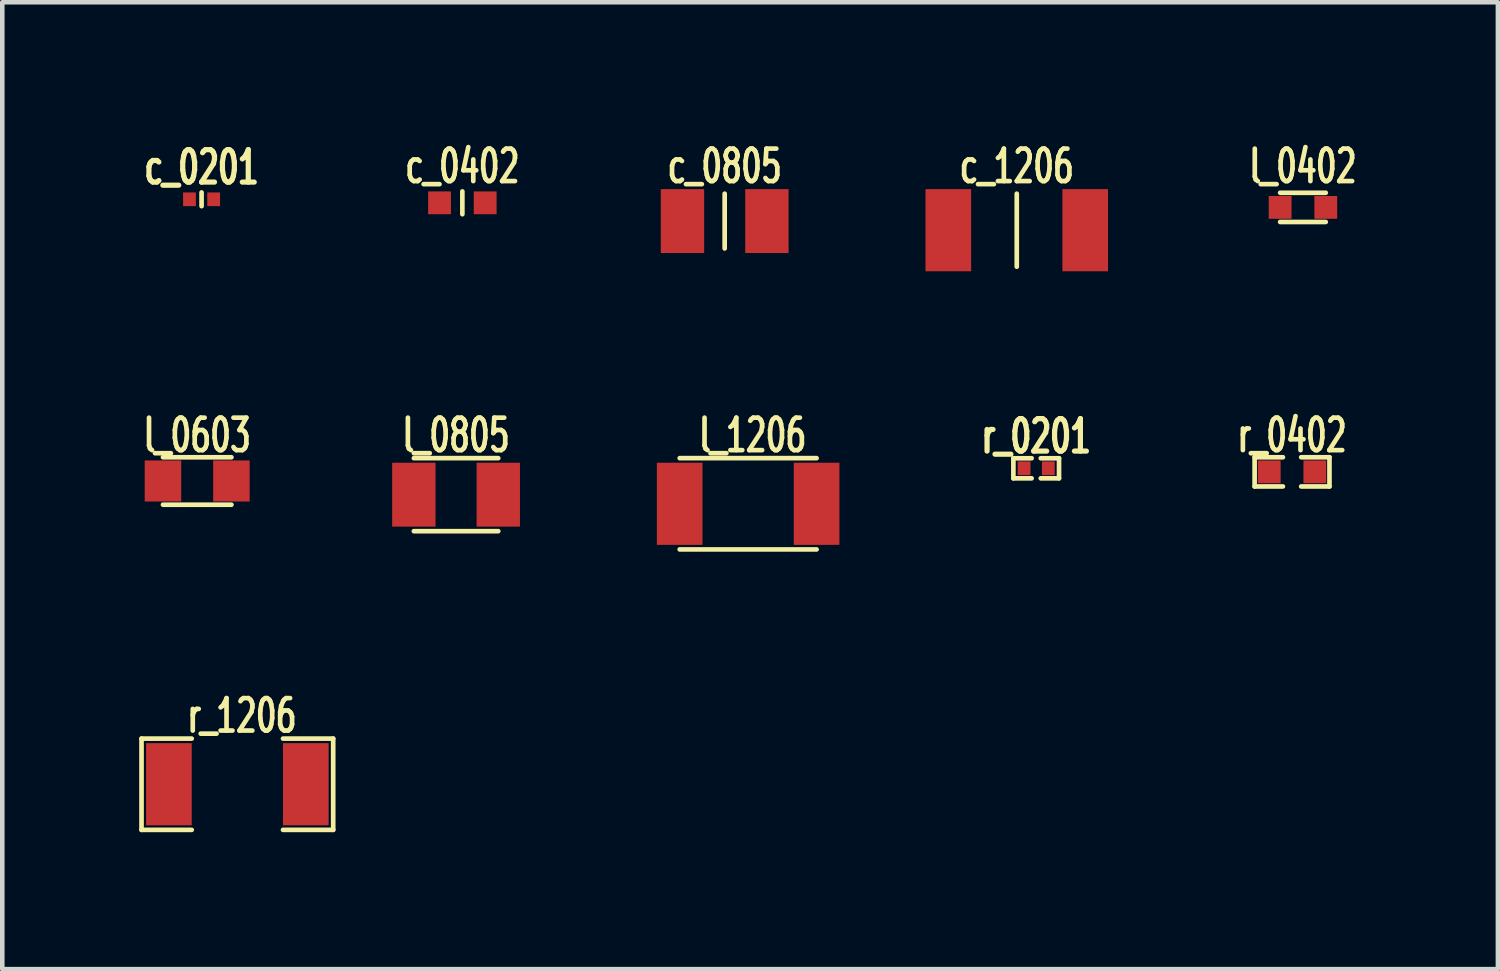
<source format=kicad_pcb>
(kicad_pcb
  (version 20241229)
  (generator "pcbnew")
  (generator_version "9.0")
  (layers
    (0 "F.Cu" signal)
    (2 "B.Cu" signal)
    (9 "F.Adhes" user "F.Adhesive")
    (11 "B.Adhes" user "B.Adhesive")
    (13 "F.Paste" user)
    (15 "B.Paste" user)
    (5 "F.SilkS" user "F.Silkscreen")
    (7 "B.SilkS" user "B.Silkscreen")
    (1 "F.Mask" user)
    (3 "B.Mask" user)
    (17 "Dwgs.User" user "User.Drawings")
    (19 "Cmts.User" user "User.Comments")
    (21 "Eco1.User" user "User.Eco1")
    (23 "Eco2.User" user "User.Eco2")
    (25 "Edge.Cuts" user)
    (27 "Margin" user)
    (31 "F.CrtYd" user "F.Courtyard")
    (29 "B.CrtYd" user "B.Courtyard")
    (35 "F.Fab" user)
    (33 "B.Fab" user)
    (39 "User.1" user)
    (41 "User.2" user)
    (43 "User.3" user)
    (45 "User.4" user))
  (footprint "c_0805"
    (layer "F.Cu")
    (at 12.829 1.794)
    (property "Reference" "c_0805" (at 0 -1.2 0) (layer "F.SilkS") (effects (font (size 0.711 0.457) (thickness 0.102))))
    (attr through_hole)
    (fp_line (start 0 -0.6) (end 0 0.6) (stroke (width 0.102) (type solid)) (layer "F.SilkS"))
    (pad "1" smd rect (at -0.925 0) (size 0.95 1.4) (layers "F.Cu" "F.Mask" "F.Paste"))
    (pad "2" smd rect (at 0.925 0) (size 0.95 1.4) (layers "F.Cu" "F.Mask" "F.Paste")))
  (footprint "l_0603"
    (layer "F.Cu")
    (at 1.271 7.489)
    (property "Reference" "l_0603" (at 0 -1 0) (layer "F.SilkS") (effects (font (size 0.711 0.457) (thickness 0.102))))
    (attr through_hole)
    (fp_line (start 0.75 -0.52) (end -0.75 -0.52) (stroke (width 0.102) (type solid)) (layer "F.SilkS"))
    (fp_line (start 0.75 0.52) (end -0.75 0.52) (stroke (width 0.102) (type solid)) (layer "F.SilkS"))
    (pad "1" smd rect (at -0.75 0) (size 0.8 0.9) (layers "F.Cu" "F.Mask" "F.Paste"))
    (pad "2" smd rect (at 0.75 0) (size 0.8 0.9) (layers "F.Cu" "F.Mask" "F.Paste")))
  (footprint "r_0201"
    (layer "F.Cu")
    (at 19.655 7.211)
    (property "Reference" "r_0201" (at 0 -0.7 0) (layer "F.SilkS") (effects (font (size 0.711 0.457) (thickness 0.114))))
    (attr through_hole)
    (fp_line (start -0.5 -0.22) (end -0.5 0.22) (stroke (width 0.102) (type solid)) (layer "F.SilkS"))
    (fp_line (start -0.1 -0.22) (end -0.5 -0.22) (stroke (width 0.102) (type solid)) (layer "F.SilkS"))
    (fp_line (start -0.1 0.22) (end -0.5 0.22) (stroke (width 0.102) (type solid)) (layer "F.SilkS"))
    (fp_line (start 0.1 -0.22) (end 0.5 -0.22) (stroke (width 0.102) (type solid)) (layer "F.SilkS"))
    (fp_line (start 0.5 -0.22) (end 0.5 0.22) (stroke (width 0.102) (type solid)) (layer "F.SilkS"))
    (fp_line (start 0.5 0.22) (end 0.1 0.22) (stroke (width 0.102) (type solid)) (layer "F.SilkS"))
    (pad "1" smd rect (at -0.265 0) (size 0.28 0.3) (layers "F.Cu" "F.Mask" "F.Paste"))
    (pad "2" smd rect (at 0.265 0) (size 0.28 0.3) (layers "F.Cu" "F.Mask" "F.Paste")))
  (footprint "l_0402"
    (layer "F.Cu")
    (at 25.5 1.494)
    (property "Reference" "l_0402" (at 0 -0.9 0) (layer "F.SilkS") (effects (font (size 0.711 0.457) (thickness 0.102))))
    (attr through_hole)
    (fp_line (start 0.5 -0.32) (end -0.5 -0.32) (stroke (width 0.102) (type solid)) (layer "F.SilkS"))
    (fp_line (start 0.5 0.32) (end -0.5 0.32) (stroke (width 0.102) (type solid)) (layer "F.SilkS"))
    (pad "1" smd rect (at -0.5 0) (size 0.5 0.5) (layers "F.Cu" "F.Mask" "F.Paste"))
    (pad "2" smd rect (at 0.5 0) (size 0.5 0.5) (layers "F.Cu" "F.Mask" "F.Paste")))
  (footprint "l_1206"
    (layer "F.Cu")
    (at 13.343 7.989)
    (property "Reference" "l_1206" (at 0.1 -1.5 0) (layer "F.SilkS") (effects (font (size 0.711 0.457) (thickness 0.102))))
    (attr through_hole)
    (fp_line (start -1.5 -1) (end 1.5 -1) (stroke (width 0.102) (type solid)) (layer "F.SilkS"))
    (fp_line (start -1.5 1) (end 1.5 1) (stroke (width 0.102) (type solid)) (layer "F.SilkS"))
    (pad "1" smd rect (at -1.5 0) (size 1 1.8) (layers "F.Cu" "F.Mask" "F.Paste"))
    (pad "2" smd rect (at 1.5 0) (size 1 1.8) (layers "F.Cu" "F.Mask" "F.Paste")))
  (footprint "r_1206"
    (layer "F.Cu")
    (at 2.151 14.134)
    (property "Reference" "r_1206" (at 0.1 -1.5 0) (layer "F.SilkS") (effects (font (size 0.711 0.457) (thickness 0.102))))
    (attr through_hole)
    (fp_line (start -2.1 -1) (end -2.1 1) (stroke (width 0.102) (type solid)) (layer "F.SilkS"))
    (fp_line (start -1 -1) (end -2.1 -1) (stroke (width 0.102) (type solid)) (layer "F.SilkS"))
    (fp_line (start -1 1) (end -2.1 1) (stroke (width 0.102) (type solid)) (layer "F.SilkS"))
    (fp_line (start 1 -1) (end 2.1 -1) (stroke (width 0.102) (type solid)) (layer "F.SilkS"))
    (fp_line (start 2.1 -1) (end 2.1 1) (stroke (width 0.102) (type solid)) (layer "F.SilkS"))
    (fp_line (start 2.1 1) (end 1 1) (stroke (width 0.102) (type solid)) (layer "F.SilkS"))
    (pad "1" smd rect (at -1.5 0) (size 1 1.8) (layers "F.Cu" "F.Mask" "F.Paste"))
    (pad "2" smd rect (at 1.5 0) (size 1 1.8) (layers "F.Cu" "F.Mask" "F.Paste")))
  (footprint "r_0402"
    (layer "F.Cu")
    (at 25.261 7.289)
    (property "Reference" "r_0402" (at 0 -0.8 0) (layer "F.SilkS") (effects (font (size 0.711 0.457) (thickness 0.102))))
    (attr through_hole)
    (fp_line (start -0.82 -0.32) (end -0.82 0.32) (stroke (width 0.102) (type solid)) (layer "F.SilkS"))
    (fp_line (start -0.82 0.32) (end -0.2 0.32) (stroke (width 0.102) (type solid)) (layer "F.SilkS"))
    (fp_line (start -0.2 -0.32) (end -0.82 -0.32) (stroke (width 0.102) (type solid)) (layer "F.SilkS"))
    (fp_line (start 0.2 -0.32) (end 0.82 -0.32) (stroke (width 0.102) (type solid)) (layer "F.SilkS"))
    (fp_line (start 0.82 -0.32) (end 0.82 0.32) (stroke (width 0.102) (type solid)) (layer "F.SilkS"))
    (fp_line (start 0.82 0.32) (end 0.2 0.32) (stroke (width 0.102) (type solid)) (layer "F.SilkS"))
    (pad "1" smd rect (at -0.5 0) (size 0.5 0.5) (layers "F.Cu" "F.Mask" "F.Paste"))
    (pad "2" smd rect (at 0.5 0) (size 0.5 0.5) (layers "F.Cu" "F.Mask" "F.Paste")))
  (footprint "l_0805"
    (layer "F.Cu")
    (at 6.943 7.789)
    (property "Reference" "l_0805" (at 0 -1.3 0) (layer "F.SilkS") (effects (font (size 0.711 0.457) (thickness 0.102))))
    (attr through_hole)
    (fp_line (start -0.925 -0.8) (end 0.925 -0.8) (stroke (width 0.102) (type solid)) (layer "F.SilkS"))
    (fp_line (start -0.925 0.8) (end 0.925 0.8) (stroke (width 0.102) (type solid)) (layer "F.SilkS"))
    (pad "1" smd rect (at -0.925 0) (size 0.95 1.4) (layers "F.Cu" "F.Mask" "F.Paste"))
    (pad "2" smd rect (at 0.925 0) (size 0.95 1.4) (layers "F.Cu" "F.Mask" "F.Paste")))
  (footprint "c_0402"
    (layer "F.Cu")
    (at 7.081 1.394)
    (property "Reference" "c_0402" (at 0 -0.8 0) (layer "F.SilkS") (effects (font (size 0.711 0.457) (thickness 0.102))))
    (attr through_hole)
    (fp_line (start 0 -0.25) (end 0 0.25) (stroke (width 0.102) (type solid)) (layer "F.SilkS"))
    (pad "1" smd rect (at -0.5 0) (size 0.5 0.5) (layers "F.Cu" "F.Mask" "F.Paste"))
    (pad "2" smd rect (at 0.5 0) (size 0.5 0.5) (layers "F.Cu" "F.Mask" "F.Paste")))
  (footprint "c_0201"
    (layer "F.Cu")
    (at 1.367 1.317)
    (property "Reference" "c_0201" (at 0 -0.7 0) (layer "F.SilkS") (effects (font (size 0.711 0.457) (thickness 0.114))))
    (attr through_hole)
    (fp_line (start 0 -0.15) (end 0 0.15) (stroke (width 0.102) (type solid)) (layer "F.SilkS"))
    (pad "1" smd rect (at -0.265 0) (size 0.28 0.3) (layers "F.Cu" "F.Mask" "F.Paste"))
    (pad "2" smd rect (at 0.265 0) (size 0.28 0.3) (layers "F.Cu" "F.Mask" "F.Paste")))
  (footprint "c_1206"
    (layer "F.Cu")
    (at 19.229 1.994)
    (property "Reference" "c_1206" (at 0 -1.4 0) (layer "F.SilkS") (effects (font (size 0.711 0.457) (thickness 0.102))))
    (attr through_hole)
    (fp_line (start 0 -0.8) (end 0 0.8) (stroke (width 0.102) (type solid)) (layer "F.SilkS"))
    (pad "1" smd rect (at -1.5 0) (size 1 1.8) (layers "F.Cu" "F.Mask" "F.Paste"))
    (pad "2" smd rect (at 1.5 0) (size 1 1.8) (layers "F.Cu" "F.Mask" "F.Paste")))
  (gr_rect
    (start -3 -3)
    (end 29.772 18.185)
    (stroke (width 0.1) (type default))
    (fill no)
    (layer "Edge.Cuts")))
</source>
